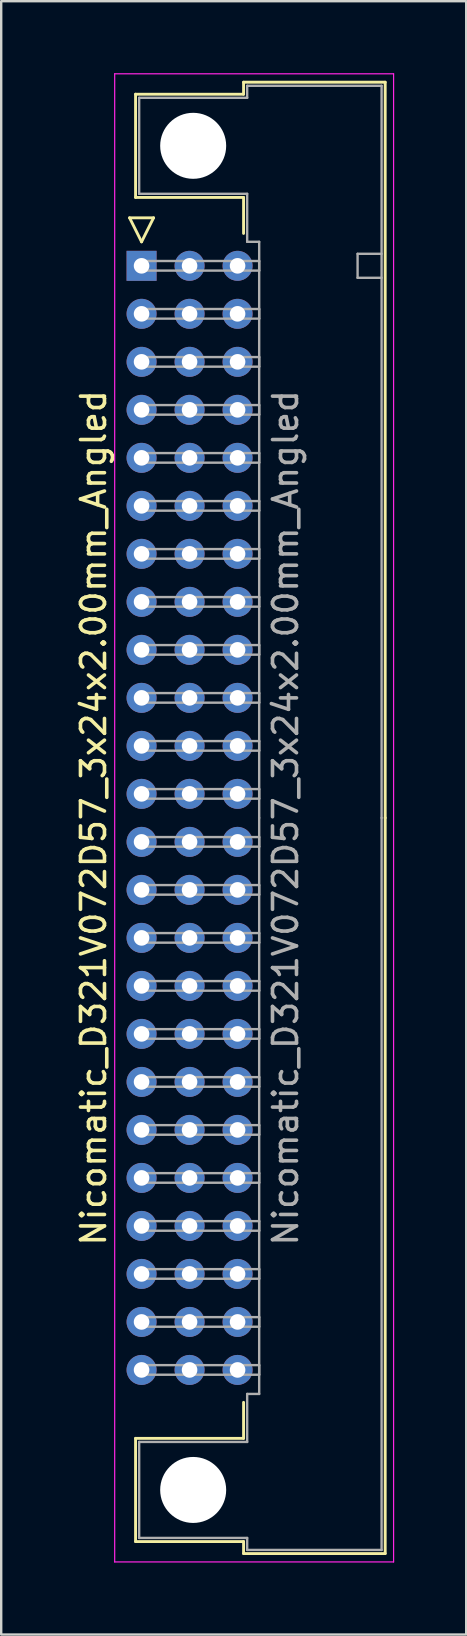
<source format=kicad_pcb>
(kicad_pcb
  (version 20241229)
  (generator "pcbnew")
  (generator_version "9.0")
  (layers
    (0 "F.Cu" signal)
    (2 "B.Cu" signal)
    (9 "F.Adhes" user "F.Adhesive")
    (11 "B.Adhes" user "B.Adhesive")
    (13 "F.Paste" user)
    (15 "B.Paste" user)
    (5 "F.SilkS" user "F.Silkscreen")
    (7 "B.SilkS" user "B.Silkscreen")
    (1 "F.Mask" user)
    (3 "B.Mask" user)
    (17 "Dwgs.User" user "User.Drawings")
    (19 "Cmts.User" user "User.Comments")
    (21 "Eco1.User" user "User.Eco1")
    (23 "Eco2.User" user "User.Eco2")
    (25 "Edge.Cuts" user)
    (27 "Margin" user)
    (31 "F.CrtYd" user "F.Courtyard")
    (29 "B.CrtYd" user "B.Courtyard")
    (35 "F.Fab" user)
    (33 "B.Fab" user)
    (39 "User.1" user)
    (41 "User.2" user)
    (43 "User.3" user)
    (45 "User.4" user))
  (footprint "Nicomatic_D321V072D57_3x24x2.00mm_Angled"
    (layer "F.Cu")
    (at 2.848 8.025)
    (property "Reference" "Nicomatic_D321V072D57_3x24x2.00mm_Angled" (at -2 23 90) (layer "F.SilkS") (effects (font (size 1 1) (thickness 0.15))))
    (attr through_hole)
    (fp_line (start -0.5 -2) (end 0 -1) (stroke (width 0.12) (type solid)) (layer "F.SilkS"))
    (fp_line (start -0.25 -7.15) (end -0.25 -2.85) (stroke (width 0.12) (type solid)) (layer "F.SilkS"))
    (fp_line (start -0.25 -2.85) (end 4.25 -2.85) (stroke (width 0.12) (type solid)) (layer "F.SilkS"))
    (fp_line (start -0.25 48.85) (end 4.25 48.85) (stroke (width 0.12) (type solid)) (layer "F.SilkS"))
    (fp_line (start -0.25 53.15) (end -0.25 48.85) (stroke (width 0.12) (type solid)) (layer "F.SilkS"))
    (fp_line (start 0 -1) (end 0.5 -2) (stroke (width 0.12) (type solid)) (layer "F.SilkS"))
    (fp_line (start 0.5 -2) (end -0.5 -2) (stroke (width 0.12) (type solid)) (layer "F.SilkS"))
    (fp_line (start 4.25 -7.65) (end 4.25 -7.15) (stroke (width 0.12) (type solid)) (layer "F.SilkS"))
    (fp_line (start 4.25 -7.15) (end -0.25 -7.15) (stroke (width 0.12) (type solid)) (layer "F.SilkS"))
    (fp_line (start 4.25 -2.85) (end 4.25 -1.35) (stroke (width 0.12) (type solid)) (layer "F.SilkS"))
    (fp_line (start 4.25 48.85) (end 4.25 47.35) (stroke (width 0.12) (type solid)) (layer "F.SilkS"))
    (fp_line (start 4.25 53.15) (end -0.25 53.15) (stroke (width 0.12) (type solid)) (layer "F.SilkS"))
    (fp_line (start 4.25 53.65) (end 4.25 53.15) (stroke (width 0.12) (type solid)) (layer "F.SilkS"))
    (fp_line (start 10.15 -7.65) (end 4.25 -7.65) (stroke (width 0.12) (type solid)) (layer "F.SilkS"))
    (fp_line (start 10.15 23) (end 10.15 -7.65) (stroke (width 0.12) (type solid)) (layer "F.SilkS"))
    (fp_line (start 10.15 23) (end 10.15 53.65) (stroke (width 0.12) (type solid)) (layer "F.SilkS"))
    (fp_line (start 10.15 53.65) (end 4.25 53.65) (stroke (width 0.12) (type solid)) (layer "F.SilkS"))
    (fp_line (start -1.12 -8) (end -1.12 54) (stroke (width 0.05) (type solid)) (layer "F.CrtYd"))
    (fp_line (start -1.12 54) (end 10.5 54) (stroke (width 0.05) (type solid)) (layer "F.CrtYd"))
    (fp_line (start 10.5 -8) (end -1.12 -8) (stroke (width 0.05) (type solid)) (layer "F.CrtYd"))
    (fp_line (start 10.5 54) (end 10.5 -8) (stroke (width 0.05) (type solid)) (layer "F.CrtYd"))
    (fp_line (start -0.1 -7) (end -0.1 -3) (stroke (width 0.1) (type solid)) (layer "F.Fab"))
    (fp_line (start -0.1 -3) (end 4.4 -3) (stroke (width 0.1) (type solid)) (layer "F.Fab"))
    (fp_line (start -0.1 49) (end 4.4 49) (stroke (width 0.1) (type solid)) (layer "F.Fab"))
    (fp_line (start -0.1 53) (end -0.1 49) (stroke (width 0.1) (type solid)) (layer "F.Fab"))
    (fp_line (start 0 -0.2) (end 0 0.2) (stroke (width 0.1) (type solid)) (layer "F.Fab"))
    (fp_line (start 0 0.2) (end 4.9 0.2) (stroke (width 0.1) (type solid)) (layer "F.Fab"))
    (fp_line (start 0 1.8) (end 0 2.2) (stroke (width 0.1) (type solid)) (layer "F.Fab"))
    (fp_line (start 0 2.2) (end 4.9 2.2) (stroke (width 0.1) (type solid)) (layer "F.Fab"))
    (fp_line (start 0 3.8) (end 0 4.2) (stroke (width 0.1) (type solid)) (layer "F.Fab"))
    (fp_line (start 0 4.2) (end 4.9 4.2) (stroke (width 0.1) (type solid)) (layer "F.Fab"))
    (fp_line (start 0 5.8) (end 0 6.2) (stroke (width 0.1) (type solid)) (layer "F.Fab"))
    (fp_line (start 0 6.2) (end 4.9 6.2) (stroke (width 0.1) (type solid)) (layer "F.Fab"))
    (fp_line (start 0 7.8) (end 0 8.2) (stroke (width 0.1) (type solid)) (layer "F.Fab"))
    (fp_line (start 0 8.2) (end 4.9 8.2) (stroke (width 0.1) (type solid)) (layer "F.Fab"))
    (fp_line (start 0 9.8) (end 0 10.2) (stroke (width 0.1) (type solid)) (layer "F.Fab"))
    (fp_line (start 0 10.2) (end 4.9 10.2) (stroke (width 0.1) (type solid)) (layer "F.Fab"))
    (fp_line (start 0 11.8) (end 0 12.2) (stroke (width 0.1) (type solid)) (layer "F.Fab"))
    (fp_line (start 0 12.2) (end 4.9 12.2) (stroke (width 0.1) (type solid)) (layer "F.Fab"))
    (fp_line (start 0 13.8) (end 0 14.2) (stroke (width 0.1) (type solid)) (layer "F.Fab"))
    (fp_line (start 0 14.2) (end 4.9 14.2) (stroke (width 0.1) (type solid)) (layer "F.Fab"))
    (fp_line (start 0 15.8) (end 0 16.2) (stroke (width 0.1) (type solid)) (layer "F.Fab"))
    (fp_line (start 0 16.2) (end 4.9 16.2) (stroke (width 0.1) (type solid)) (layer "F.Fab"))
    (fp_line (start 0 17.8) (end 0 18.2) (stroke (width 0.1) (type solid)) (layer "F.Fab"))
    (fp_line (start 0 18.2) (end 4.9 18.2) (stroke (width 0.1) (type solid)) (layer "F.Fab"))
    (fp_line (start 0 19.8) (end 0 20.2) (stroke (width 0.1) (type solid)) (layer "F.Fab"))
    (fp_line (start 0 20.2) (end 4.9 20.2) (stroke (width 0.1) (type solid)) (layer "F.Fab"))
    (fp_line (start 0 21.8) (end 0 22.2) (stroke (width 0.1) (type solid)) (layer "F.Fab"))
    (fp_line (start 0 22.2) (end 4.9 22.2) (stroke (width 0.1) (type solid)) (layer "F.Fab"))
    (fp_line (start 0 23.8) (end 0 24.2) (stroke (width 0.1) (type solid)) (layer "F.Fab"))
    (fp_line (start 0 24.2) (end 4.9 24.2) (stroke (width 0.1) (type solid)) (layer "F.Fab"))
    (fp_line (start 0 25.8) (end 0 26.2) (stroke (width 0.1) (type solid)) (layer "F.Fab"))
    (fp_line (start 0 26.2) (end 4.9 26.2) (stroke (width 0.1) (type solid)) (layer "F.Fab"))
    (fp_line (start 0 27.8) (end 0 28.2) (stroke (width 0.1) (type solid)) (layer "F.Fab"))
    (fp_line (start 0 28.2) (end 4.9 28.2) (stroke (width 0.1) (type solid)) (layer "F.Fab"))
    (fp_line (start 0 29.8) (end 0 30.2) (stroke (width 0.1) (type solid)) (layer "F.Fab"))
    (fp_line (start 0 30.2) (end 4.9 30.2) (stroke (width 0.1) (type solid)) (layer "F.Fab"))
    (fp_line (start 0 31.8) (end 0 32.2) (stroke (width 0.1) (type solid)) (layer "F.Fab"))
    (fp_line (start 0 32.2) (end 4.9 32.2) (stroke (width 0.1) (type solid)) (layer "F.Fab"))
    (fp_line (start 0 33.8) (end 0 34.2) (stroke (width 0.1) (type solid)) (layer "F.Fab"))
    (fp_line (start 0 34.2) (end 4.9 34.2) (stroke (width 0.1) (type solid)) (layer "F.Fab"))
    (fp_line (start 0 35.8) (end 0 36.2) (stroke (width 0.1) (type solid)) (layer "F.Fab"))
    (fp_line (start 0 36.2) (end 4.9 36.2) (stroke (width 0.1) (type solid)) (layer "F.Fab"))
    (fp_line (start 0 37.8) (end 0 38.2) (stroke (width 0.1) (type solid)) (layer "F.Fab"))
    (fp_line (start 0 38.2) (end 4.9 38.2) (stroke (width 0.1) (type solid)) (layer "F.Fab"))
    (fp_line (start 0 39.8) (end 0 40.2) (stroke (width 0.1) (type solid)) (layer "F.Fab"))
    (fp_line (start 0 40.2) (end 4.9 40.2) (stroke (width 0.1) (type solid)) (layer "F.Fab"))
    (fp_line (start 0 41.8) (end 0 42.2) (stroke (width 0.1) (type solid)) (layer "F.Fab"))
    (fp_line (start 0 42.2) (end 4.9 42.2) (stroke (width 0.1) (type solid)) (layer "F.Fab"))
    (fp_line (start 0 43.8) (end 0 44.2) (stroke (width 0.1) (type solid)) (layer "F.Fab"))
    (fp_line (start 0 44.2) (end 4.9 44.2) (stroke (width 0.1) (type solid)) (layer "F.Fab"))
    (fp_line (start 0 45.8) (end 0 46.2) (stroke (width 0.1) (type solid)) (layer "F.Fab"))
    (fp_line (start 0 46.2) (end 4.9 46.2) (stroke (width 0.1) (type solid)) (layer "F.Fab"))
    (fp_line (start 4.4 -7.5) (end 4.4 -7) (stroke (width 0.1) (type solid)) (layer "F.Fab"))
    (fp_line (start 4.4 -7) (end -0.1 -7) (stroke (width 0.1) (type solid)) (layer "F.Fab"))
    (fp_line (start 4.4 -3) (end 4.4 -1) (stroke (width 0.1) (type solid)) (layer "F.Fab"))
    (fp_line (start 4.4 -1) (end 4.9 -1) (stroke (width 0.1) (type solid)) (layer "F.Fab"))
    (fp_line (start 4.4 47) (end 4.9 47) (stroke (width 0.1) (type solid)) (layer "F.Fab"))
    (fp_line (start 4.4 49) (end 4.4 47) (stroke (width 0.1) (type solid)) (layer "F.Fab"))
    (fp_line (start 4.4 53) (end -0.1 53) (stroke (width 0.1) (type solid)) (layer "F.Fab"))
    (fp_line (start 4.4 53.5) (end 4.4 53) (stroke (width 0.1) (type solid)) (layer "F.Fab"))
    (fp_line (start 4.9 -1) (end 4.9 23) (stroke (width 0.1) (type solid)) (layer "F.Fab"))
    (fp_line (start 4.9 -0.2) (end 0 -0.2) (stroke (width 0.1) (type solid)) (layer "F.Fab"))
    (fp_line (start 4.9 0.2) (end 4.9 -0.2) (stroke (width 0.1) (type solid)) (layer "F.Fab"))
    (fp_line (start 4.9 1.8) (end 0 1.8) (stroke (width 0.1) (type solid)) (layer "F.Fab"))
    (fp_line (start 4.9 2.2) (end 4.9 1.8) (stroke (width 0.1) (type solid)) (layer "F.Fab"))
    (fp_line (start 4.9 3.8) (end 0 3.8) (stroke (width 0.1) (type solid)) (layer "F.Fab"))
    (fp_line (start 4.9 4.2) (end 4.9 3.8) (stroke (width 0.1) (type solid)) (layer "F.Fab"))
    (fp_line (start 4.9 5.8) (end 0 5.8) (stroke (width 0.1) (type solid)) (layer "F.Fab"))
    (fp_line (start 4.9 6.2) (end 4.9 5.8) (stroke (width 0.1) (type solid)) (layer "F.Fab"))
    (fp_line (start 4.9 7.8) (end 0 7.8) (stroke (width 0.1) (type solid)) (layer "F.Fab"))
    (fp_line (start 4.9 8.2) (end 4.9 7.8) (stroke (width 0.1) (type solid)) (layer "F.Fab"))
    (fp_line (start 4.9 9.8) (end 0 9.8) (stroke (width 0.1) (type solid)) (layer "F.Fab"))
    (fp_line (start 4.9 10.2) (end 4.9 9.8) (stroke (width 0.1) (type solid)) (layer "F.Fab"))
    (fp_line (start 4.9 11.8) (end 0 11.8) (stroke (width 0.1) (type solid)) (layer "F.Fab"))
    (fp_line (start 4.9 12.2) (end 4.9 11.8) (stroke (width 0.1) (type solid)) (layer "F.Fab"))
    (fp_line (start 4.9 13.8) (end 0 13.8) (stroke (width 0.1) (type solid)) (layer "F.Fab"))
    (fp_line (start 4.9 14.2) (end 4.9 13.8) (stroke (width 0.1) (type solid)) (layer "F.Fab"))
    (fp_line (start 4.9 15.8) (end 0 15.8) (stroke (width 0.1) (type solid)) (layer "F.Fab"))
    (fp_line (start 4.9 16.2) (end 4.9 15.8) (stroke (width 0.1) (type solid)) (layer "F.Fab"))
    (fp_line (start 4.9 17.8) (end 0 17.8) (stroke (width 0.1) (type solid)) (layer "F.Fab"))
    (fp_line (start 4.9 18.2) (end 4.9 17.8) (stroke (width 0.1) (type solid)) (layer "F.Fab"))
    (fp_line (start 4.9 19.8) (end 0 19.8) (stroke (width 0.1) (type solid)) (layer "F.Fab"))
    (fp_line (start 4.9 20.2) (end 4.9 19.8) (stroke (width 0.1) (type solid)) (layer "F.Fab"))
    (fp_line (start 4.9 21.8) (end 0 21.8) (stroke (width 0.1) (type solid)) (layer "F.Fab"))
    (fp_line (start 4.9 22.2) (end 4.9 21.8) (stroke (width 0.1) (type solid)) (layer "F.Fab"))
    (fp_line (start 4.9 23.8) (end 0 23.8) (stroke (width 0.1) (type solid)) (layer "F.Fab"))
    (fp_line (start 4.9 24.2) (end 4.9 23.8) (stroke (width 0.1) (type solid)) (layer "F.Fab"))
    (fp_line (start 4.9 25.8) (end 0 25.8) (stroke (width 0.1) (type solid)) (layer "F.Fab"))
    (fp_line (start 4.9 26.2) (end 4.9 25.8) (stroke (width 0.1) (type solid)) (layer "F.Fab"))
    (fp_line (start 4.9 27.8) (end 0 27.8) (stroke (width 0.1) (type solid)) (layer "F.Fab"))
    (fp_line (start 4.9 28.2) (end 4.9 27.8) (stroke (width 0.1) (type solid)) (layer "F.Fab"))
    (fp_line (start 4.9 29.8) (end 0 29.8) (stroke (width 0.1) (type solid)) (layer "F.Fab"))
    (fp_line (start 4.9 30.2) (end 4.9 29.8) (stroke (width 0.1) (type solid)) (layer "F.Fab"))
    (fp_line (start 4.9 31.8) (end 0 31.8) (stroke (width 0.1) (type solid)) (layer "F.Fab"))
    (fp_line (start 4.9 32.2) (end 4.9 31.8) (stroke (width 0.1) (type solid)) (layer "F.Fab"))
    (fp_line (start 4.9 33.8) (end 0 33.8) (stroke (width 0.1) (type solid)) (layer "F.Fab"))
    (fp_line (start 4.9 34.2) (end 4.9 33.8) (stroke (width 0.1) (type solid)) (layer "F.Fab"))
    (fp_line (start 4.9 35.8) (end 0 35.8) (stroke (width 0.1) (type solid)) (layer "F.Fab"))
    (fp_line (start 4.9 36.2) (end 4.9 35.8) (stroke (width 0.1) (type solid)) (layer "F.Fab"))
    (fp_line (start 4.9 37.8) (end 0 37.8) (stroke (width 0.1) (type solid)) (layer "F.Fab"))
    (fp_line (start 4.9 38.2) (end 4.9 37.8) (stroke (width 0.1) (type solid)) (layer "F.Fab"))
    (fp_line (start 4.9 39.8) (end 0 39.8) (stroke (width 0.1) (type solid)) (layer "F.Fab"))
    (fp_line (start 4.9 40.2) (end 4.9 39.8) (stroke (width 0.1) (type solid)) (layer "F.Fab"))
    (fp_line (start 4.9 41.8) (end 0 41.8) (stroke (width 0.1) (type solid)) (layer "F.Fab"))
    (fp_line (start 4.9 42.2) (end 4.9 41.8) (stroke (width 0.1) (type solid)) (layer "F.Fab"))
    (fp_line (start 4.9 43.8) (end 0 43.8) (stroke (width 0.1) (type solid)) (layer "F.Fab"))
    (fp_line (start 4.9 44.2) (end 4.9 43.8) (stroke (width 0.1) (type solid)) (layer "F.Fab"))
    (fp_line (start 4.9 45.8) (end 0 45.8) (stroke (width 0.1) (type solid)) (layer "F.Fab"))
    (fp_line (start 4.9 46.2) (end 4.9 45.8) (stroke (width 0.1) (type solid)) (layer "F.Fab"))
    (fp_line (start 4.9 47) (end 4.9 23) (stroke (width 0.1) (type solid)) (layer "F.Fab"))
    (fp_line (start 9 -0.5) (end 9 0.5) (stroke (width 0.1) (type solid)) (layer "F.Fab"))
    (fp_line (start 9 0.5) (end 10 0.5) (stroke (width 0.1) (type solid)) (layer "F.Fab"))
    (fp_line (start 10 -7.5) (end 4.4 -7.5) (stroke (width 0.1) (type solid)) (layer "F.Fab"))
    (fp_line (start 10 -0.5) (end 9 -0.5) (stroke (width 0.1) (type solid)) (layer "F.Fab"))
    (fp_line (start 10 23) (end 10 -7.5) (stroke (width 0.1) (type solid)) (layer "F.Fab"))
    (fp_line (start 10 23) (end 10 53.5) (stroke (width 0.1) (type solid)) (layer "F.Fab"))
    (fp_line (start 10 53.5) (end 4.4 53.5) (stroke (width 0.1) (type solid)) (layer "F.Fab"))
    (fp_text user "${REFERENCE}" (at 6 23 90) (layer "F.Fab") (effects (font (size 1 1) (thickness 0.15))))
    (pad "" np_thru_hole circle (at 2.15 -5) (size 2.75 2.75) (drill 2.75) (layers "*.Cu" "*.Mask"))
    (pad "" np_thru_hole circle (at 2.15 51) (size 2.75 2.75) (drill 2.75) (layers "*.Cu" "*.Mask"))
    (pad "1" thru_hole rect (at 0 0) (size 1.25 1.25) (drill 0.65) (layers "*.Cu" "*.Mask"))
    (pad "2" thru_hole oval (at 0 2) (size 1.25 1.25) (drill 0.65) (layers "*.Cu" "*.Mask"))
    (pad "3" thru_hole oval (at 0 4) (size 1.25 1.25) (drill 0.65) (layers "*.Cu" "*.Mask"))
    (pad "4" thru_hole oval (at 0 6) (size 1.25 1.25) (drill 0.65) (layers "*.Cu" "*.Mask"))
    (pad "5" thru_hole oval (at 0 8) (size 1.25 1.25) (drill 0.65) (layers "*.Cu" "*.Mask"))
    (pad "6" thru_hole oval (at 0 10) (size 1.25 1.25) (drill 0.65) (layers "*.Cu" "*.Mask"))
    (pad "7" thru_hole oval (at 0 12) (size 1.25 1.25) (drill 0.65) (layers "*.Cu" "*.Mask"))
    (pad "8" thru_hole oval (at 0 14) (size 1.25 1.25) (drill 0.65) (layers "*.Cu" "*.Mask"))
    (pad "9" thru_hole oval (at 0 16) (size 1.25 1.25) (drill 0.65) (layers "*.Cu" "*.Mask"))
    (pad "10" thru_hole oval (at 0 18) (size 1.25 1.25) (drill 0.65) (layers "*.Cu" "*.Mask"))
    (pad "11" thru_hole oval (at 0 20) (size 1.25 1.25) (drill 0.65) (layers "*.Cu" "*.Mask"))
    (pad "12" thru_hole oval (at 0 22) (size 1.25 1.25) (drill 0.65) (layers "*.Cu" "*.Mask"))
    (pad "13" thru_hole oval (at 0 24) (size 1.25 1.25) (drill 0.65) (layers "*.Cu" "*.Mask"))
    (pad "14" thru_hole oval (at 0 26) (size 1.25 1.25) (drill 0.65) (layers "*.Cu" "*.Mask"))
    (pad "15" thru_hole oval (at 0 28) (size 1.25 1.25) (drill 0.65) (layers "*.Cu" "*.Mask"))
    (pad "16" thru_hole oval (at 0 30) (size 1.25 1.25) (drill 0.65) (layers "*.Cu" "*.Mask"))
    (pad "17" thru_hole oval (at 0 32) (size 1.25 1.25) (drill 0.65) (layers "*.Cu" "*.Mask"))
    (pad "18" thru_hole oval (at 0 34) (size 1.25 1.25) (drill 0.65) (layers "*.Cu" "*.Mask"))
    (pad "19" thru_hole oval (at 0 36) (size 1.25 1.25) (drill 0.65) (layers "*.Cu" "*.Mask"))
    (pad "20" thru_hole oval (at 0 38) (size 1.25 1.25) (drill 0.65) (layers "*.Cu" "*.Mask"))
    (pad "21" thru_hole oval (at 0 40) (size 1.25 1.25) (drill 0.65) (layers "*.Cu" "*.Mask"))
    (pad "22" thru_hole oval (at 0 42) (size 1.25 1.25) (drill 0.65) (layers "*.Cu" "*.Mask"))
    (pad "23" thru_hole oval (at 0 44) (size 1.25 1.25) (drill 0.65) (layers "*.Cu" "*.Mask"))
    (pad "24" thru_hole oval (at 0 46) (size 1.25 1.25) (drill 0.65) (layers "*.Cu" "*.Mask"))
    (pad "25" thru_hole oval (at 2 0) (size 1.25 1.25) (drill 0.65) (layers "*.Cu" "*.Mask"))
    (pad "26" thru_hole oval (at 2 2) (size 1.25 1.25) (drill 0.65) (layers "*.Cu" "*.Mask"))
    (pad "27" thru_hole oval (at 2 4) (size 1.25 1.25) (drill 0.65) (layers "*.Cu" "*.Mask"))
    (pad "28" thru_hole oval (at 2 6) (size 1.25 1.25) (drill 0.65) (layers "*.Cu" "*.Mask"))
    (pad "29" thru_hole oval (at 2 8) (size 1.25 1.25) (drill 0.65) (layers "*.Cu" "*.Mask"))
    (pad "30" thru_hole oval (at 2 10) (size 1.25 1.25) (drill 0.65) (layers "*.Cu" "*.Mask"))
    (pad "31" thru_hole oval (at 2 12) (size 1.25 1.25) (drill 0.65) (layers "*.Cu" "*.Mask"))
    (pad "32" thru_hole oval (at 2 14) (size 1.25 1.25) (drill 0.65) (layers "*.Cu" "*.Mask"))
    (pad "33" thru_hole oval (at 2 16) (size 1.25 1.25) (drill 0.65) (layers "*.Cu" "*.Mask"))
    (pad "34" thru_hole oval (at 2 18) (size 1.25 1.25) (drill 0.65) (layers "*.Cu" "*.Mask"))
    (pad "35" thru_hole oval (at 2 20) (size 1.25 1.25) (drill 0.65) (layers "*.Cu" "*.Mask"))
    (pad "36" thru_hole oval (at 2 22) (size 1.25 1.25) (drill 0.65) (layers "*.Cu" "*.Mask"))
    (pad "37" thru_hole oval (at 2 24) (size 1.25 1.25) (drill 0.65) (layers "*.Cu" "*.Mask"))
    (pad "38" thru_hole oval (at 2 26) (size 1.25 1.25) (drill 0.65) (layers "*.Cu" "*.Mask"))
    (pad "39" thru_hole oval (at 2 28) (size 1.25 1.25) (drill 0.65) (layers "*.Cu" "*.Mask"))
    (pad "40" thru_hole oval (at 2 30) (size 1.25 1.25) (drill 0.65) (layers "*.Cu" "*.Mask"))
    (pad "41" thru_hole oval (at 2 32) (size 1.25 1.25) (drill 0.65) (layers "*.Cu" "*.Mask"))
    (pad "42" thru_hole oval (at 2 34) (size 1.25 1.25) (drill 0.65) (layers "*.Cu" "*.Mask"))
    (pad "43" thru_hole oval (at 2 36) (size 1.25 1.25) (drill 0.65) (layers "*.Cu" "*.Mask"))
    (pad "44" thru_hole oval (at 2 38) (size 1.25 1.25) (drill 0.65) (layers "*.Cu" "*.Mask"))
    (pad "45" thru_hole oval (at 2 40) (size 1.25 1.25) (drill 0.65) (layers "*.Cu" "*.Mask"))
    (pad "46" thru_hole oval (at 2 42) (size 1.25 1.25) (drill 0.65) (layers "*.Cu" "*.Mask"))
    (pad "47" thru_hole oval (at 2 44) (size 1.25 1.25) (drill 0.65) (layers "*.Cu" "*.Mask"))
    (pad "48" thru_hole oval (at 2 46) (size 1.25 1.25) (drill 0.65) (layers "*.Cu" "*.Mask"))
    (pad "49" thru_hole oval (at 4 0) (size 1.25 1.25) (drill 0.65) (layers "*.Cu" "*.Mask"))
    (pad "50" thru_hole oval (at 4 2) (size 1.25 1.25) (drill 0.65) (layers "*.Cu" "*.Mask"))
    (pad "51" thru_hole oval (at 4 4) (size 1.25 1.25) (drill 0.65) (layers "*.Cu" "*.Mask"))
    (pad "52" thru_hole oval (at 4 6) (size 1.25 1.25) (drill 0.65) (layers "*.Cu" "*.Mask"))
    (pad "53" thru_hole oval (at 4 8) (size 1.25 1.25) (drill 0.65) (layers "*.Cu" "*.Mask"))
    (pad "54" thru_hole oval (at 4 10) (size 1.25 1.25) (drill 0.65) (layers "*.Cu" "*.Mask"))
    (pad "55" thru_hole oval (at 4 12) (size 1.25 1.25) (drill 0.65) (layers "*.Cu" "*.Mask"))
    (pad "56" thru_hole oval (at 4 14) (size 1.25 1.25) (drill 0.65) (layers "*.Cu" "*.Mask"))
    (pad "57" thru_hole oval (at 4 16) (size 1.25 1.25) (drill 0.65) (layers "*.Cu" "*.Mask"))
    (pad "58" thru_hole oval (at 4 18) (size 1.25 1.25) (drill 0.65) (layers "*.Cu" "*.Mask"))
    (pad "59" thru_hole oval (at 4 20) (size 1.25 1.25) (drill 0.65) (layers "*.Cu" "*.Mask"))
    (pad "60" thru_hole oval (at 4 22) (size 1.25 1.25) (drill 0.65) (layers "*.Cu" "*.Mask"))
    (pad "61" thru_hole oval (at 4 24) (size 1.25 1.25) (drill 0.65) (layers "*.Cu" "*.Mask"))
    (pad "62" thru_hole oval (at 4 26) (size 1.25 1.25) (drill 0.65) (layers "*.Cu" "*.Mask"))
    (pad "63" thru_hole oval (at 4 28) (size 1.25 1.25) (drill 0.65) (layers "*.Cu" "*.Mask"))
    (pad "64" thru_hole oval (at 4 30) (size 1.25 1.25) (drill 0.65) (layers "*.Cu" "*.Mask"))
    (pad "65" thru_hole oval (at 4 32) (size 1.25 1.25) (drill 0.65) (layers "*.Cu" "*.Mask"))
    (pad "66" thru_hole oval (at 4 34) (size 1.25 1.25) (drill 0.65) (layers "*.Cu" "*.Mask"))
    (pad "67" thru_hole oval (at 4 36) (size 1.25 1.25) (drill 0.65) (layers "*.Cu" "*.Mask"))
    (pad "68" thru_hole oval (at 4 38) (size 1.25 1.25) (drill 0.65) (layers "*.Cu" "*.Mask"))
    (pad "69" thru_hole oval (at 4 40) (size 1.25 1.25) (drill 0.65) (layers "*.Cu" "*.Mask"))
    (pad "70" thru_hole oval (at 4 42) (size 1.25 1.25) (drill 0.65) (layers "*.Cu" "*.Mask"))
    (pad "71" thru_hole oval (at 4 44) (size 1.25 1.25) (drill 0.65) (layers "*.Cu" "*.Mask"))
    (pad "72" thru_hole oval (at 4 46) (size 1.25 1.25) (drill 0.65) (layers "*.Cu" "*.Mask")))
  (gr_rect
    (start -3 -3)
    (end 16.373 65.05)
    (stroke (width 0.1) (type default))
    (fill no)
    (layer "Edge.Cuts")))
</source>
